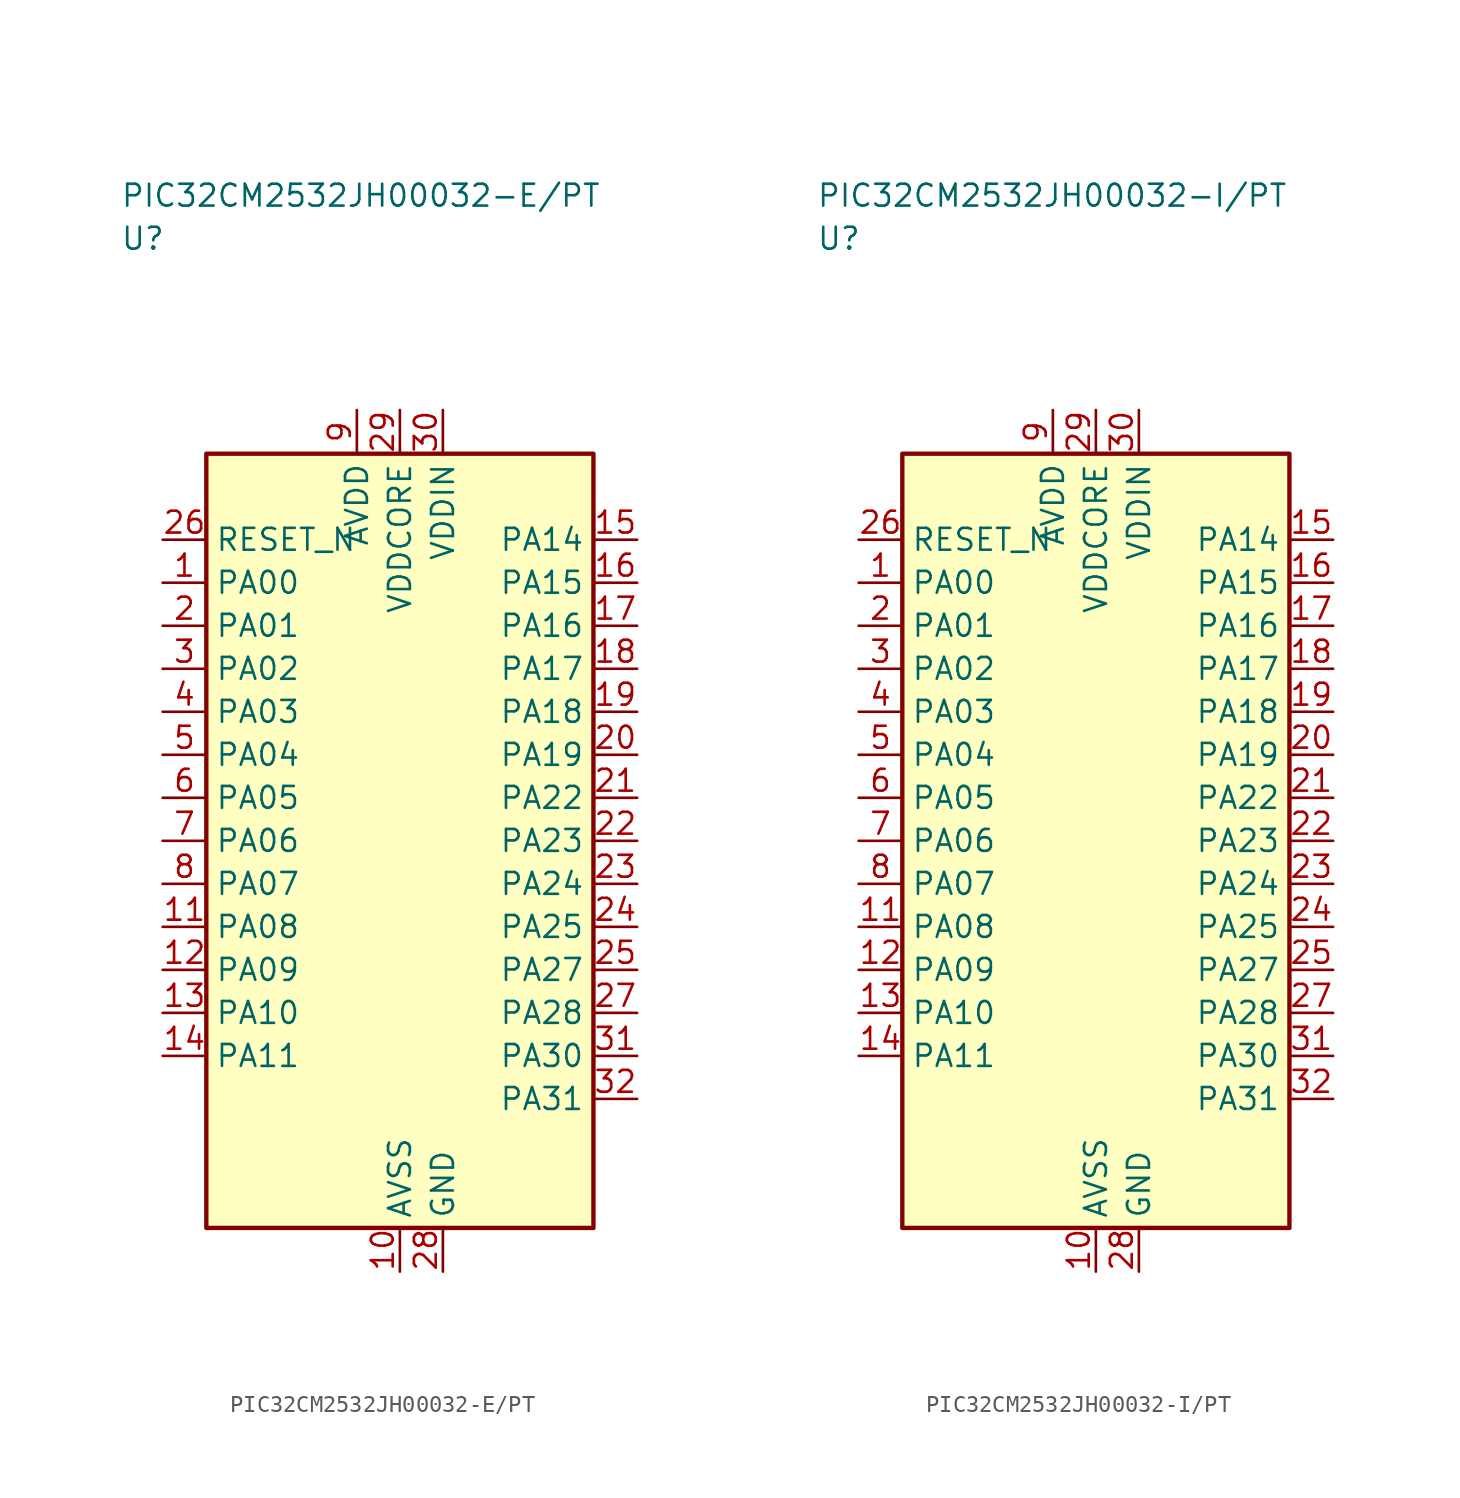
<source format=kicad_sym>
(kicad_symbol_lib
  (version 20241025)
  (generator "kicad_symbol_editor")
  (generator_version "8.0")
  (symbol "PIC32CM2532JH00032-E/PT"
    (property "Reference" "U"
      (at -16.25 35.0 0)
      (effects (font (size 1.27 1.27)) (justify left)))
    (property "Value" "PIC32CM2532JH00032-E/PT"
      (at -16.25 37.5 0)
      (effects (font (size 1.27 1.27)) (justify left)))
    (symbol "PIC32CM2532JH00032-E/PT_0_1"
      (rectangle (start -11.25 22.5) (end 11.25 -22.5) (stroke (width 0.254) (type default)) (fill (type background))))
    (symbol "PIC32CM2532JH00032-E/PT_1_1"
      (pin bidirectional line (at -13.79 15.0 0.0) (length 2.54) (name "PA00" (effects (font (size 1.27 1.27)))) (number "1" (effects (font (size 1.27 1.27)))))
      (pin bidirectional line (at -13.79 12.5 0.0) (length 2.54) (name "PA01" (effects (font (size 1.27 1.27)))) (number "2" (effects (font (size 1.27 1.27)))))
      (pin bidirectional line (at -13.79 10.0 0.0) (length 2.54) (name "PA02" (effects (font (size 1.27 1.27)))) (number "3" (effects (font (size 1.27 1.27)))))
      (pin bidirectional line (at -13.79 7.5 0.0) (length 2.54) (name "PA03" (effects (font (size 1.27 1.27)))) (number "4" (effects (font (size 1.27 1.27)))))
      (pin bidirectional line (at -13.79 5.0 0.0) (length 2.54) (name "PA04" (effects (font (size 1.27 1.27)))) (number "5" (effects (font (size 1.27 1.27)))))
      (pin bidirectional line (at -13.79 2.5 0.0) (length 2.54) (name "PA05" (effects (font (size 1.27 1.27)))) (number "6" (effects (font (size 1.27 1.27)))))
      (pin bidirectional line (at -13.79 0.0 0.0) (length 2.54) (name "PA06" (effects (font (size 1.27 1.27)))) (number "7" (effects (font (size 1.27 1.27)))))
      (pin bidirectional line (at -13.79 -2.5 0.0) (length 2.54) (name "PA07" (effects (font (size 1.27 1.27)))) (number "8" (effects (font (size 1.27 1.27)))))
      (pin power_in line (at -2.5 25.04 270.0) (length 2.54) (name "AVDD" (effects (font (size 1.27 1.27)))) (number "9" (effects (font (size 1.27 1.27)))))
      (pin passive line (at 0.0 -25.04 90.0) (length 2.54) (name "AVSS" (effects (font (size 1.27 1.27)))) (number "10" (effects (font (size 1.27 1.27)))))
      (pin bidirectional line (at -13.79 -5.0 0.0) (length 2.54) (name "PA08" (effects (font (size 1.27 1.27)))) (number "11" (effects (font (size 1.27 1.27)))))
      (pin bidirectional line (at -13.79 -7.5 0.0) (length 2.54) (name "PA09" (effects (font (size 1.27 1.27)))) (number "12" (effects (font (size 1.27 1.27)))))
      (pin bidirectional line (at -13.79 -10.0 0.0) (length 2.54) (name "PA10" (effects (font (size 1.27 1.27)))) (number "13" (effects (font (size 1.27 1.27)))))
      (pin bidirectional line (at -13.79 -12.5 0.0) (length 2.54) (name "PA11" (effects (font (size 1.27 1.27)))) (number "14" (effects (font (size 1.27 1.27)))))
      (pin bidirectional line (at 13.79 17.5 180.0) (length 2.54) (name "PA14" (effects (font (size 1.27 1.27)))) (number "15" (effects (font (size 1.27 1.27)))))
      (pin bidirectional line (at 13.79 15.0 180.0) (length 2.54) (name "PA15" (effects (font (size 1.27 1.27)))) (number "16" (effects (font (size 1.27 1.27)))))
      (pin bidirectional line (at 13.79 12.5 180.0) (length 2.54) (name "PA16" (effects (font (size 1.27 1.27)))) (number "17" (effects (font (size 1.27 1.27)))))
      (pin bidirectional line (at 13.79 10.0 180.0) (length 2.54) (name "PA17" (effects (font (size 1.27 1.27)))) (number "18" (effects (font (size 1.27 1.27)))))
      (pin bidirectional line (at 13.79 7.5 180.0) (length 2.54) (name "PA18" (effects (font (size 1.27 1.27)))) (number "19" (effects (font (size 1.27 1.27)))))
      (pin bidirectional line (at 13.79 5.0 180.0) (length 2.54) (name "PA19" (effects (font (size 1.27 1.27)))) (number "20" (effects (font (size 1.27 1.27)))))
      (pin bidirectional line (at 13.79 2.5 180.0) (length 2.54) (name "PA22" (effects (font (size 1.27 1.27)))) (number "21" (effects (font (size 1.27 1.27)))))
      (pin bidirectional line (at 13.79 0.0 180.0) (length 2.54) (name "PA23" (effects (font (size 1.27 1.27)))) (number "22" (effects (font (size 1.27 1.27)))))
      (pin bidirectional line (at 13.79 -2.5 180.0) (length 2.54) (name "PA24" (effects (font (size 1.27 1.27)))) (number "23" (effects (font (size 1.27 1.27)))))
      (pin bidirectional line (at 13.79 -5.0 180.0) (length 2.54) (name "PA25" (effects (font (size 1.27 1.27)))) (number "24" (effects (font (size 1.27 1.27)))))
      (pin bidirectional line (at 13.79 -7.5 180.0) (length 2.54) (name "PA27" (effects (font (size 1.27 1.27)))) (number "25" (effects (font (size 1.27 1.27)))))
      (pin input line (at -13.79 17.5 0.0) (length 2.54) (name "RESET_N" (effects (font (size 1.27 1.27)))) (number "26" (effects (font (size 1.27 1.27)))))
      (pin bidirectional line (at 13.79 -10.0 180.0) (length 2.54) (name "PA28" (effects (font (size 1.27 1.27)))) (number "27" (effects (font (size 1.27 1.27)))))
      (pin passive line (at 2.5 -25.04 90.0) (length 2.54) (name "GND" (effects (font (size 1.27 1.27)))) (number "28" (effects (font (size 1.27 1.27)))))
      (pin power_in line (at 0.0 25.04 270.0) (length 2.54) (name "VDDCORE" (effects (font (size 1.27 1.27)))) (number "29" (effects (font (size 1.27 1.27)))))
      (pin power_in line (at 2.5 25.04 270.0) (length 2.54) (name "VDDIN" (effects (font (size 1.27 1.27)))) (number "30" (effects (font (size 1.27 1.27)))))
      (pin bidirectional line (at 13.79 -12.5 180.0) (length 2.54) (name "PA30" (effects (font (size 1.27 1.27)))) (number "31" (effects (font (size 1.27 1.27)))))
      (pin bidirectional line (at 13.79 -15.0 180.0) (length 2.54) (name "PA31" (effects (font (size 1.27 1.27)))) (number "32" (effects (font (size 1.27 1.27)))))))
  (symbol "PIC32CM2532JH00032-I/PT"
    (property "Reference" "U"
      (at -16.25 35.0 0)
      (effects (font (size 1.27 1.27)) (justify left)))
    (property "Value" "PIC32CM2532JH00032-I/PT"
      (at -16.25 37.5 0)
      (effects (font (size 1.27 1.27)) (justify left)))
    (symbol "PIC32CM2532JH00032-I/PT_0_1"
      (rectangle (start -11.25 22.5) (end 11.25 -22.5) (stroke (width 0.254) (type default)) (fill (type background))))
    (symbol "PIC32CM2532JH00032-I/PT_1_1"
      (pin bidirectional line (at -13.79 15.0 0.0) (length 2.54) (name "PA00" (effects (font (size 1.27 1.27)))) (number "1" (effects (font (size 1.27 1.27)))))
      (pin bidirectional line (at -13.79 12.5 0.0) (length 2.54) (name "PA01" (effects (font (size 1.27 1.27)))) (number "2" (effects (font (size 1.27 1.27)))))
      (pin bidirectional line (at -13.79 10.0 0.0) (length 2.54) (name "PA02" (effects (font (size 1.27 1.27)))) (number "3" (effects (font (size 1.27 1.27)))))
      (pin bidirectional line (at -13.79 7.5 0.0) (length 2.54) (name "PA03" (effects (font (size 1.27 1.27)))) (number "4" (effects (font (size 1.27 1.27)))))
      (pin bidirectional line (at -13.79 5.0 0.0) (length 2.54) (name "PA04" (effects (font (size 1.27 1.27)))) (number "5" (effects (font (size 1.27 1.27)))))
      (pin bidirectional line (at -13.79 2.5 0.0) (length 2.54) (name "PA05" (effects (font (size 1.27 1.27)))) (number "6" (effects (font (size 1.27 1.27)))))
      (pin bidirectional line (at -13.79 0.0 0.0) (length 2.54) (name "PA06" (effects (font (size 1.27 1.27)))) (number "7" (effects (font (size 1.27 1.27)))))
      (pin bidirectional line (at -13.79 -2.5 0.0) (length 2.54) (name "PA07" (effects (font (size 1.27 1.27)))) (number "8" (effects (font (size 1.27 1.27)))))
      (pin power_in line (at -2.5 25.04 270.0) (length 2.54) (name "AVDD" (effects (font (size 1.27 1.27)))) (number "9" (effects (font (size 1.27 1.27)))))
      (pin passive line (at 0.0 -25.04 90.0) (length 2.54) (name "AVSS" (effects (font (size 1.27 1.27)))) (number "10" (effects (font (size 1.27 1.27)))))
      (pin bidirectional line (at -13.79 -5.0 0.0) (length 2.54) (name "PA08" (effects (font (size 1.27 1.27)))) (number "11" (effects (font (size 1.27 1.27)))))
      (pin bidirectional line (at -13.79 -7.5 0.0) (length 2.54) (name "PA09" (effects (font (size 1.27 1.27)))) (number "12" (effects (font (size 1.27 1.27)))))
      (pin bidirectional line (at -13.79 -10.0 0.0) (length 2.54) (name "PA10" (effects (font (size 1.27 1.27)))) (number "13" (effects (font (size 1.27 1.27)))))
      (pin bidirectional line (at -13.79 -12.5 0.0) (length 2.54) (name "PA11" (effects (font (size 1.27 1.27)))) (number "14" (effects (font (size 1.27 1.27)))))
      (pin bidirectional line (at 13.79 17.5 180.0) (length 2.54) (name "PA14" (effects (font (size 1.27 1.27)))) (number "15" (effects (font (size 1.27 1.27)))))
      (pin bidirectional line (at 13.79 15.0 180.0) (length 2.54) (name "PA15" (effects (font (size 1.27 1.27)))) (number "16" (effects (font (size 1.27 1.27)))))
      (pin bidirectional line (at 13.79 12.5 180.0) (length 2.54) (name "PA16" (effects (font (size 1.27 1.27)))) (number "17" (effects (font (size 1.27 1.27)))))
      (pin bidirectional line (at 13.79 10.0 180.0) (length 2.54) (name "PA17" (effects (font (size 1.27 1.27)))) (number "18" (effects (font (size 1.27 1.27)))))
      (pin bidirectional line (at 13.79 7.5 180.0) (length 2.54) (name "PA18" (effects (font (size 1.27 1.27)))) (number "19" (effects (font (size 1.27 1.27)))))
      (pin bidirectional line (at 13.79 5.0 180.0) (length 2.54) (name "PA19" (effects (font (size 1.27 1.27)))) (number "20" (effects (font (size 1.27 1.27)))))
      (pin bidirectional line (at 13.79 2.5 180.0) (length 2.54) (name "PA22" (effects (font (size 1.27 1.27)))) (number "21" (effects (font (size 1.27 1.27)))))
      (pin bidirectional line (at 13.79 0.0 180.0) (length 2.54) (name "PA23" (effects (font (size 1.27 1.27)))) (number "22" (effects (font (size 1.27 1.27)))))
      (pin bidirectional line (at 13.79 -2.5 180.0) (length 2.54) (name "PA24" (effects (font (size 1.27 1.27)))) (number "23" (effects (font (size 1.27 1.27)))))
      (pin bidirectional line (at 13.79 -5.0 180.0) (length 2.54) (name "PA25" (effects (font (size 1.27 1.27)))) (number "24" (effects (font (size 1.27 1.27)))))
      (pin bidirectional line (at 13.79 -7.5 180.0) (length 2.54) (name "PA27" (effects (font (size 1.27 1.27)))) (number "25" (effects (font (size 1.27 1.27)))))
      (pin input line (at -13.79 17.5 0.0) (length 2.54) (name "RESET_N" (effects (font (size 1.27 1.27)))) (number "26" (effects (font (size 1.27 1.27)))))
      (pin bidirectional line (at 13.79 -10.0 180.0) (length 2.54) (name "PA28" (effects (font (size 1.27 1.27)))) (number "27" (effects (font (size 1.27 1.27)))))
      (pin passive line (at 2.5 -25.04 90.0) (length 2.54) (name "GND" (effects (font (size 1.27 1.27)))) (number "28" (effects (font (size 1.27 1.27)))))
      (pin power_in line (at 0.0 25.04 270.0) (length 2.54) (name "VDDCORE" (effects (font (size 1.27 1.27)))) (number "29" (effects (font (size 1.27 1.27)))))
      (pin power_in line (at 2.5 25.04 270.0) (length 2.54) (name "VDDIN" (effects (font (size 1.27 1.27)))) (number "30" (effects (font (size 1.27 1.27)))))
      (pin bidirectional line (at 13.79 -12.5 180.0) (length 2.54) (name "PA30" (effects (font (size 1.27 1.27)))) (number "31" (effects (font (size 1.27 1.27)))))
      (pin bidirectional line (at 13.79 -15.0 180.0) (length 2.54) (name "PA31" (effects (font (size 1.27 1.27)))) (number "32" (effects (font (size 1.27 1.27))))))))
</source>
